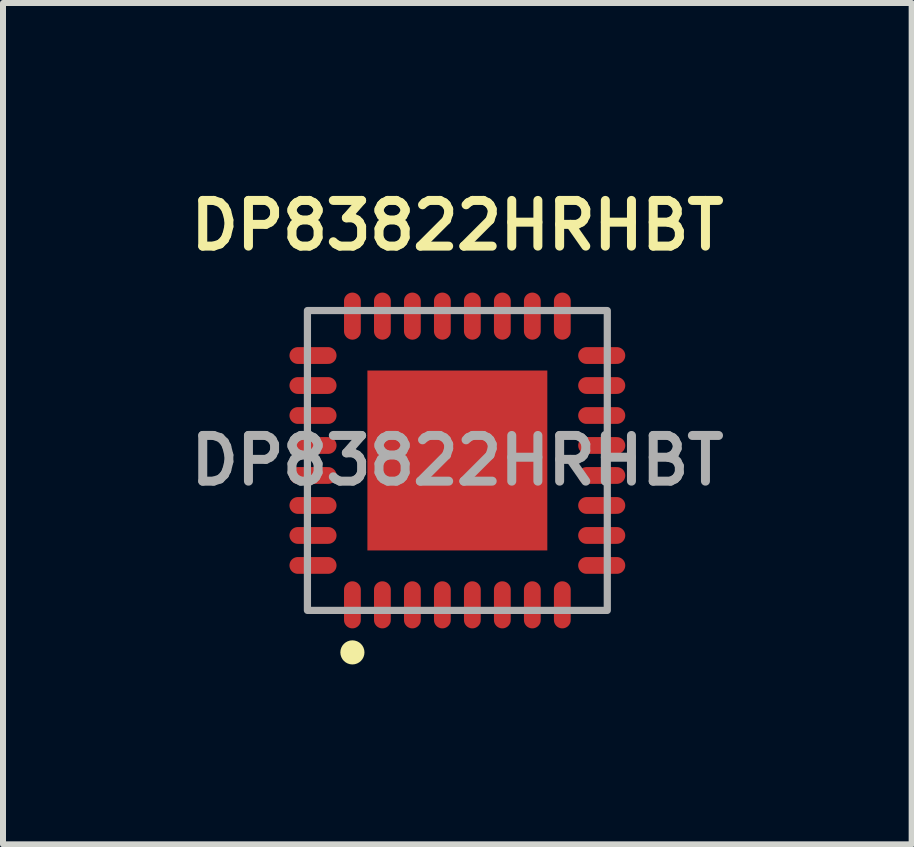
<source format=kicad_pcb>
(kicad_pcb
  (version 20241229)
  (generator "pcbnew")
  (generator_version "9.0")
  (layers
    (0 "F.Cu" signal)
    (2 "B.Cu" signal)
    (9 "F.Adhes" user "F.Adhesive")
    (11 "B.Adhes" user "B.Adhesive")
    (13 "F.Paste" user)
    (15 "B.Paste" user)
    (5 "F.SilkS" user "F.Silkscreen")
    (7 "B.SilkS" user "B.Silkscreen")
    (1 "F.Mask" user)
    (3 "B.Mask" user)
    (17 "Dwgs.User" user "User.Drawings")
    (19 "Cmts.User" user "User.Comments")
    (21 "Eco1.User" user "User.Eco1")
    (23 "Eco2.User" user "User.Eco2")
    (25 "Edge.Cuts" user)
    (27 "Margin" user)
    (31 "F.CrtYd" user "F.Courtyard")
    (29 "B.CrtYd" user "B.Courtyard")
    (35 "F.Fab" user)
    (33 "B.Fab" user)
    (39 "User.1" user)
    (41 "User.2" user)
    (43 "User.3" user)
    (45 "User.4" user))
  (footprint "DP83822HRHBT"
    (layer "F.Cu")
    (at 4.576 4.628)
    (property "Reference" "DP83822HRHBT" (at 0 -3.919 0) (unlocked yes) (layer "F.SilkS") (effects (font (size 0.762 0.762) (thickness 0.15))))
    (fp_circle (center -1.75 3.2) (end -1.75 2.999) (stroke (width 0) (type default)) (fill yes) (layer "F.SilkS"))
    (fp_poly (pts (xy 2.5 2.499) (xy 2.5 -2.499) (xy 2.5 -2.5) (xy 2.499 -2.5) (xy -2.499 -2.5) (xy -2.5 -2.5) (xy -2.5 -2.499) (xy -2.5 2.499) (xy -2.5 2.5) (xy -2.499 2.5) (xy 2.499 2.5) (xy 2.5 2.5)) (stroke (width 0.12) (type default)) (fill no) (layer "F.Fab"))
    (fp_text user "${REFERENCE}" (at 0 0 0) (layer "F.Fab") (effects (font (size 0.762 0.762) (thickness 0.15))))
    (pad "1" smd oval (at -1.75 2.407) (size 0.28 0.785) (layers "F.Cu" "F.Mask" "F.Paste"))
    (pad "2" smd oval (at -1.25 2.407) (size 0.28 0.785) (layers "F.Cu" "F.Mask" "F.Paste"))
    (pad "3" smd oval (at -0.75 2.407) (size 0.28 0.785) (layers "F.Cu" "F.Mask" "F.Paste"))
    (pad "4" smd oval (at -0.25 2.407) (size 0.28 0.785) (layers "F.Cu" "F.Mask" "F.Paste"))
    (pad "5" smd oval (at 0.25 2.407) (size 0.28 0.785) (layers "F.Cu" "F.Mask" "F.Paste"))
    (pad "6" smd oval (at 0.75 2.407) (size 0.28 0.785) (layers "F.Cu" "F.Mask" "F.Paste"))
    (pad "7" smd oval (at 1.25 2.407) (size 0.28 0.785) (layers "F.Cu" "F.Mask" "F.Paste"))
    (pad "8" smd oval (at 1.75 2.407) (size 0.28 0.785) (layers "F.Cu" "F.Mask" "F.Paste"))
    (pad "9" smd oval (at 2.407 1.75) (size 0.785 0.28) (layers "F.Cu" "F.Mask" "F.Paste"))
    (pad "10" smd oval (at 2.407 1.25) (size 0.785 0.28) (layers "F.Cu" "F.Mask" "F.Paste"))
    (pad "11" smd oval (at 2.407 0.75) (size 0.785 0.28) (layers "F.Cu" "F.Mask" "F.Paste"))
    (pad "12" smd oval (at 2.407 0.25) (size 0.785 0.28) (layers "F.Cu" "F.Mask" "F.Paste"))
    (pad "13" smd oval (at 2.407 -0.25) (size 0.785 0.28) (layers "F.Cu" "F.Mask" "F.Paste"))
    (pad "14" smd oval (at 2.407 -0.75) (size 0.785 0.28) (layers "F.Cu" "F.Mask" "F.Paste"))
    (pad "15" smd oval (at 2.407 -1.25) (size 0.785 0.28) (layers "F.Cu" "F.Mask" "F.Paste"))
    (pad "16" smd oval (at 2.407 -1.75) (size 0.785 0.28) (layers "F.Cu" "F.Mask" "F.Paste"))
    (pad "17" smd oval (at 1.75 -2.407) (size 0.28 0.785) (layers "F.Cu" "F.Mask" "F.Paste"))
    (pad "18" smd oval (at 1.25 -2.407) (size 0.28 0.785) (layers "F.Cu" "F.Mask" "F.Paste"))
    (pad "19" smd oval (at 0.75 -2.407) (size 0.28 0.785) (layers "F.Cu" "F.Mask" "F.Paste"))
    (pad "20" smd oval (at 0.25 -2.407) (size 0.28 0.785) (layers "F.Cu" "F.Mask" "F.Paste"))
    (pad "21" smd oval (at -0.25 -2.407) (size 0.28 0.785) (layers "F.Cu" "F.Mask" "F.Paste"))
    (pad "22" smd oval (at -0.75 -2.407) (size 0.28 0.785) (layers "F.Cu" "F.Mask" "F.Paste"))
    (pad "23" smd oval (at -1.25 -2.407) (size 0.28 0.785) (layers "F.Cu" "F.Mask" "F.Paste"))
    (pad "24" smd oval (at -1.75 -2.407) (size 0.28 0.785) (layers "F.Cu" "F.Mask" "F.Paste"))
    (pad "25" smd oval (at -2.407 -1.75) (size 0.785 0.28) (layers "F.Cu" "F.Mask" "F.Paste"))
    (pad "26" smd oval (at -2.407 -1.25) (size 0.785 0.28) (layers "F.Cu" "F.Mask" "F.Paste"))
    (pad "27" smd oval (at -2.407 -0.75) (size 0.785 0.28) (layers "F.Cu" "F.Mask" "F.Paste"))
    (pad "28" smd oval (at -2.407 -0.25) (size 0.785 0.28) (layers "F.Cu" "F.Mask" "F.Paste"))
    (pad "29" smd oval (at -2.407 0.25) (size 0.785 0.28) (layers "F.Cu" "F.Mask" "F.Paste"))
    (pad "30" smd oval (at -2.407 0.75) (size 0.785 0.28) (layers "F.Cu" "F.Mask" "F.Paste"))
    (pad "31" smd oval (at -2.407 1.25) (size 0.785 0.28) (layers "F.Cu" "F.Mask" "F.Paste"))
    (pad "32" smd oval (at -2.407 1.75) (size 0.785 0.28) (layers "F.Cu" "F.Mask" "F.Paste"))
    (pad "33" smd rect (at 0 0) (size 3 3) (layers "F.Cu" "F.Mask" "F.Paste")))
  (gr_rect
    (start -3 -3)
    (end 12.151 11.028)
    (stroke (width 0.1) (type default))
    (fill no)
    (layer "Edge.Cuts")))
</source>
